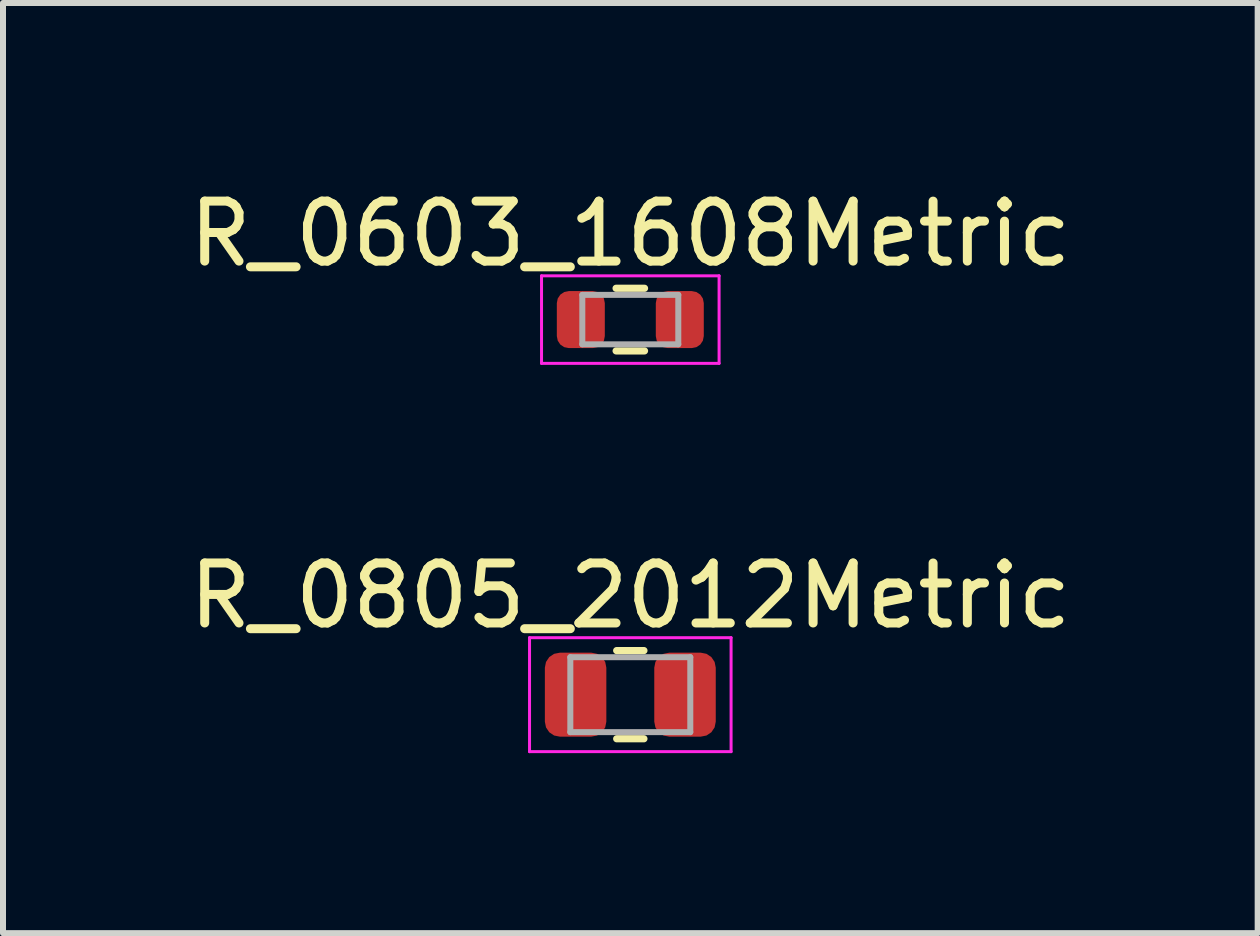
<source format=kicad_pcb>
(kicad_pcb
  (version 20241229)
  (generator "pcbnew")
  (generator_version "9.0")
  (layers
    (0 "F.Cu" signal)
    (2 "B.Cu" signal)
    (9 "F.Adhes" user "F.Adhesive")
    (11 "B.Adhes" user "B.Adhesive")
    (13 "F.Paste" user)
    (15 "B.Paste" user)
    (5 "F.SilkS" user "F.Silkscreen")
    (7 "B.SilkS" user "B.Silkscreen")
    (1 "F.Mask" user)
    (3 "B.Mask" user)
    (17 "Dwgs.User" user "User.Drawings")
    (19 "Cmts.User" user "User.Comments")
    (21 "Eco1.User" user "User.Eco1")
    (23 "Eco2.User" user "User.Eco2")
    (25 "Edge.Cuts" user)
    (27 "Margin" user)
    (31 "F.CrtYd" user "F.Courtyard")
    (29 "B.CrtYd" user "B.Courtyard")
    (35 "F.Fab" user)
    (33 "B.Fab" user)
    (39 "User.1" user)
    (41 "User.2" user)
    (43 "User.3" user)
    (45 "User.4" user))
  (footprint "R_0805_2012Metric"
    (layer "F.Cu")
    (at 7.458 8.531)
    (property "Reference" "R_0805_2012Metric" (at 0 -1.65 0) (layer "F.SilkS") (effects (font (size 1 1) (thickness 0.15))))
    (attr smd)
    (fp_line (start -0.227 -0.735) (end 0.227 -0.735) (stroke (width 0.12) (type solid)) (layer "F.SilkS"))
    (fp_line (start -0.227 0.735) (end 0.227 0.735) (stroke (width 0.12) (type solid)) (layer "F.SilkS"))
    (fp_line (start -1.68 -0.95) (end 1.68 -0.95) (stroke (width 0.05) (type solid)) (layer "F.CrtYd"))
    (fp_line (start -1.68 0.95) (end -1.68 -0.95) (stroke (width 0.05) (type solid)) (layer "F.CrtYd"))
    (fp_line (start 1.68 -0.95) (end 1.68 0.95) (stroke (width 0.05) (type solid)) (layer "F.CrtYd"))
    (fp_line (start 1.68 0.95) (end -1.68 0.95) (stroke (width 0.05) (type solid)) (layer "F.CrtYd"))
    (fp_line (start -1 -0.625) (end 1 -0.625) (stroke (width 0.1) (type solid)) (layer "F.Fab"))
    (fp_line (start -1 0.625) (end -1 -0.625) (stroke (width 0.1) (type solid)) (layer "F.Fab"))
    (fp_line (start 1 -0.625) (end 1 0.625) (stroke (width 0.1) (type solid)) (layer "F.Fab"))
    (fp_line (start 1 0.625) (end -1 0.625) (stroke (width 0.1) (type solid)) (layer "F.Fab"))
    (pad "1" smd roundrect (at -0.912 0) (size 1.025 1.4) (layers "F.Cu" "F.Mask" "F.Paste") (roundrect_rratio 0.244))
    (pad "2" smd roundrect (at 0.912 0) (size 1.025 1.4) (layers "F.Cu" "F.Mask" "F.Paste") (roundrect_rratio 0.244)))
  (footprint "R_0603_1608Metric"
    (layer "F.Cu")
    (at 7.458 2.278)
    (property "Reference" "R_0603_1608Metric" (at 0 -1.43 0) (layer "F.SilkS") (effects (font (size 1 1) (thickness 0.15))))
    (attr smd)
    (fp_line (start -0.237 -0.522) (end 0.237 -0.522) (stroke (width 0.12) (type solid)) (layer "F.SilkS"))
    (fp_line (start -0.237 0.522) (end 0.237 0.522) (stroke (width 0.12) (type solid)) (layer "F.SilkS"))
    (fp_line (start -1.48 -0.73) (end 1.48 -0.73) (stroke (width 0.05) (type solid)) (layer "F.CrtYd"))
    (fp_line (start -1.48 0.73) (end -1.48 -0.73) (stroke (width 0.05) (type solid)) (layer "F.CrtYd"))
    (fp_line (start 1.48 -0.73) (end 1.48 0.73) (stroke (width 0.05) (type solid)) (layer "F.CrtYd"))
    (fp_line (start 1.48 0.73) (end -1.48 0.73) (stroke (width 0.05) (type solid)) (layer "F.CrtYd"))
    (fp_line (start -0.8 -0.412) (end 0.8 -0.412) (stroke (width 0.1) (type solid)) (layer "F.Fab"))
    (fp_line (start -0.8 0.412) (end -0.8 -0.412) (stroke (width 0.1) (type solid)) (layer "F.Fab"))
    (fp_line (start 0.8 -0.412) (end 0.8 0.412) (stroke (width 0.1) (type solid)) (layer "F.Fab"))
    (fp_line (start 0.8 0.412) (end -0.8 0.412) (stroke (width 0.1) (type solid)) (layer "F.Fab"))
    (pad "1" smd roundrect (at -0.825 0) (size 0.8 0.95) (layers "F.Cu" "F.Mask" "F.Paste") (roundrect_rratio 0.25))
    (pad "2" smd roundrect (at 0.825 0) (size 0.8 0.95) (layers "F.Cu" "F.Mask" "F.Paste") (roundrect_rratio 0.25)))
  (gr_rect
    (start -3 -3)
    (end 17.917 12.507)
    (stroke (width 0.1) (type default))
    (fill no)
    (layer "Edge.Cuts")))
</source>
